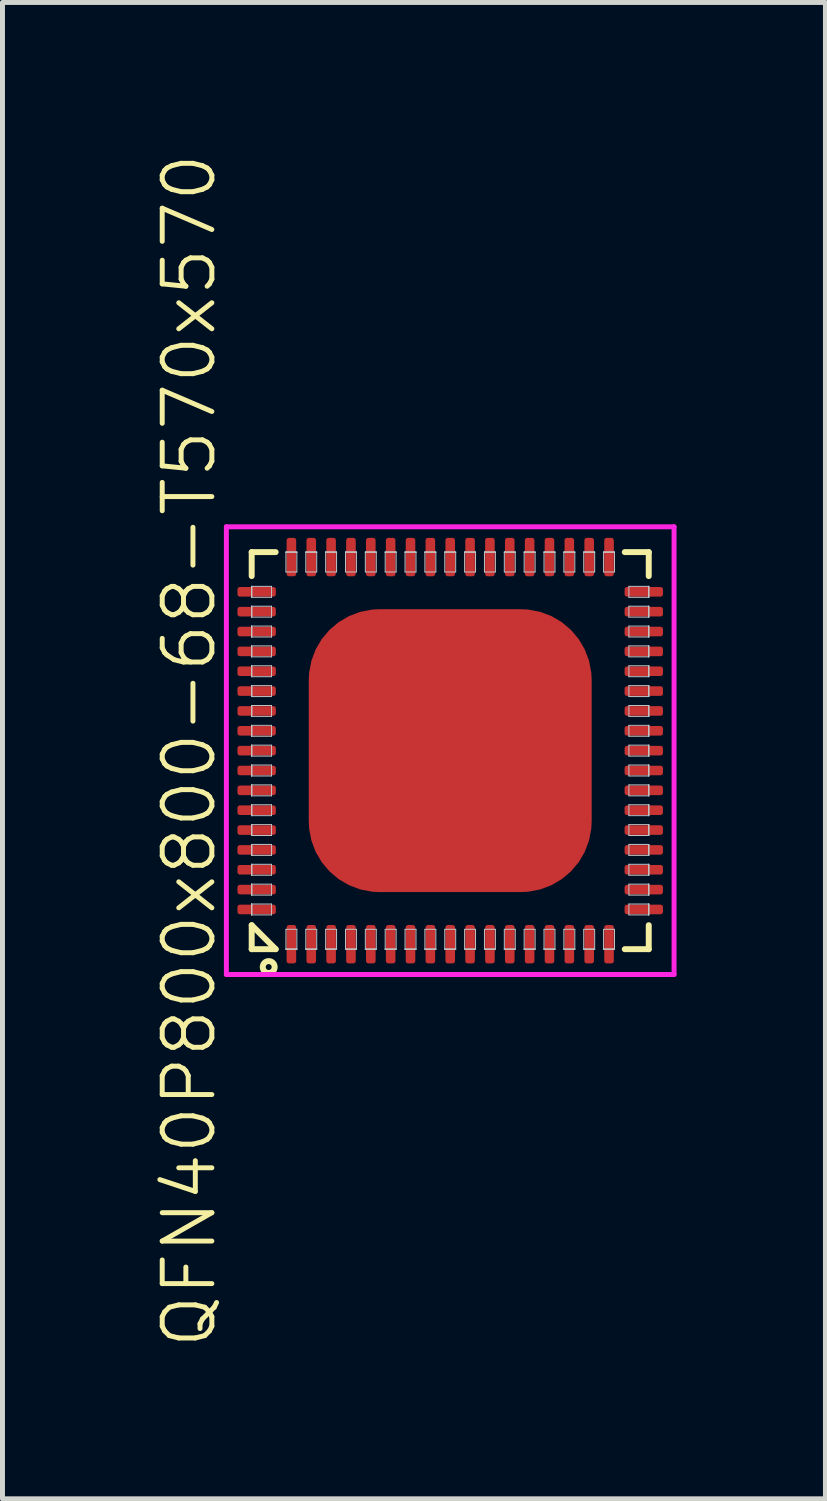
<source format=kicad_pcb>
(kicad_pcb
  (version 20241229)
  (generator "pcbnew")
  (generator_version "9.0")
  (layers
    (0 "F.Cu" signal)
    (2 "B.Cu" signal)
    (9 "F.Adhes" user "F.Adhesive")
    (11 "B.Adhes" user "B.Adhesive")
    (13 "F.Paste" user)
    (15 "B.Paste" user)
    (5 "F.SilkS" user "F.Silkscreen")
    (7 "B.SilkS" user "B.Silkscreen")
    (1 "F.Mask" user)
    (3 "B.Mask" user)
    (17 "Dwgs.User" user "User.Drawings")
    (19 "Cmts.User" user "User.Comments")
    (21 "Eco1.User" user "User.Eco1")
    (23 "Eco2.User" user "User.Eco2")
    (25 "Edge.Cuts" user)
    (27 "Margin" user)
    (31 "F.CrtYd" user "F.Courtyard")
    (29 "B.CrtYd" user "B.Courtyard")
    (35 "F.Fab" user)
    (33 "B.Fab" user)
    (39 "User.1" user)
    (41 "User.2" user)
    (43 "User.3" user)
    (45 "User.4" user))
  (footprint "QFN40P800x800-68-T570x570"
    (layer "F.Cu")
    (at 6.021 12.074)
    (property "Reference" "QFN40P800x800-68-T570x570" (at -5.26 0 90) (layer "F.SilkS") (effects (font (size 1 1) (thickness 0.1))))
    (attr through_hole)
    (fp_line (start -4 -4) (end -4 -3.517) (stroke (width 0.12) (type solid)) (layer "F.SilkS"))
    (fp_line (start -4 -4) (end -3.517 -4) (stroke (width 0.12) (type solid)) (layer "F.SilkS"))
    (fp_line (start -4 3.517) (end -3.517 4) (stroke (width 0.12) (type solid)) (layer "F.SilkS"))
    (fp_line (start -4 4) (end -4 3.517) (stroke (width 0.12) (type solid)) (layer "F.SilkS"))
    (fp_line (start -4 4) (end -3.517 4) (stroke (width 0.12) (type solid)) (layer "F.SilkS"))
    (fp_line (start 4 -4) (end 3.517 -4) (stroke (width 0.12) (type solid)) (layer "F.SilkS"))
    (fp_line (start 4 -4) (end 4 -3.517) (stroke (width 0.12) (type solid)) (layer "F.SilkS"))
    (fp_line (start 4 4) (end 3.517 4) (stroke (width 0.12) (type solid)) (layer "F.SilkS"))
    (fp_line (start 4 4) (end 4 3.517) (stroke (width 0.12) (type solid)) (layer "F.SilkS"))
    (fp_circle (center -3.657 4.36) (end -3.537 4.36) (stroke (width 0.12) (type solid)) (fill no) (layer "F.SilkS"))
    (fp_line (start -4 -3.31) (end -4 -3.31) (stroke (width 0.02) (type solid)) (layer "Dwgs.User"))
    (fp_line (start -4 -3.31) (end -4 -3.09) (stroke (width 0.02) (type solid)) (layer "Dwgs.User"))
    (fp_line (start -4 -3.31) (end -3.6 -3.31) (stroke (width 0.02) (type solid)) (layer "Dwgs.User"))
    (fp_line (start -4 -3.09) (end -4 -3.31) (stroke (width 0.02) (type solid)) (layer "Dwgs.User"))
    (fp_line (start -4 -3.09) (end -4 -3.31) (stroke (width 0.02) (type solid)) (layer "Dwgs.User"))
    (fp_line (start -4 -3.09) (end -4 -3.09) (stroke (width 0.02) (type solid)) (layer "Dwgs.User"))
    (fp_line (start -4 -2.91) (end -4 -2.91) (stroke (width 0.02) (type solid)) (layer "Dwgs.User"))
    (fp_line (start -4 -2.91) (end -4 -2.69) (stroke (width 0.02) (type solid)) (layer "Dwgs.User"))
    (fp_line (start -4 -2.91) (end -3.6 -2.91) (stroke (width 0.02) (type solid)) (layer "Dwgs.User"))
    (fp_line (start -4 -2.69) (end -4 -2.91) (stroke (width 0.02) (type solid)) (layer "Dwgs.User"))
    (fp_line (start -4 -2.69) (end -4 -2.91) (stroke (width 0.02) (type solid)) (layer "Dwgs.User"))
    (fp_line (start -4 -2.69) (end -4 -2.69) (stroke (width 0.02) (type solid)) (layer "Dwgs.User"))
    (fp_line (start -4 -2.51) (end -4 -2.51) (stroke (width 0.02) (type solid)) (layer "Dwgs.User"))
    (fp_line (start -4 -2.51) (end -4 -2.29) (stroke (width 0.02) (type solid)) (layer "Dwgs.User"))
    (fp_line (start -4 -2.51) (end -3.6 -2.51) (stroke (width 0.02) (type solid)) (layer "Dwgs.User"))
    (fp_line (start -4 -2.29) (end -4 -2.51) (stroke (width 0.02) (type solid)) (layer "Dwgs.User"))
    (fp_line (start -4 -2.29) (end -4 -2.51) (stroke (width 0.02) (type solid)) (layer "Dwgs.User"))
    (fp_line (start -4 -2.29) (end -4 -2.29) (stroke (width 0.02) (type solid)) (layer "Dwgs.User"))
    (fp_line (start -4 -2.11) (end -4 -2.11) (stroke (width 0.02) (type solid)) (layer "Dwgs.User"))
    (fp_line (start -4 -2.11) (end -4 -1.89) (stroke (width 0.02) (type solid)) (layer "Dwgs.User"))
    (fp_line (start -4 -2.11) (end -3.6 -2.11) (stroke (width 0.02) (type solid)) (layer "Dwgs.User"))
    (fp_line (start -4 -1.89) (end -4 -2.11) (stroke (width 0.02) (type solid)) (layer "Dwgs.User"))
    (fp_line (start -4 -1.89) (end -4 -2.11) (stroke (width 0.02) (type solid)) (layer "Dwgs.User"))
    (fp_line (start -4 -1.89) (end -4 -1.89) (stroke (width 0.02) (type solid)) (layer "Dwgs.User"))
    (fp_line (start -4 -1.71) (end -4 -1.71) (stroke (width 0.02) (type solid)) (layer "Dwgs.User"))
    (fp_line (start -4 -1.71) (end -4 -1.49) (stroke (width 0.02) (type solid)) (layer "Dwgs.User"))
    (fp_line (start -4 -1.71) (end -3.6 -1.71) (stroke (width 0.02) (type solid)) (layer "Dwgs.User"))
    (fp_line (start -4 -1.49) (end -4 -1.71) (stroke (width 0.02) (type solid)) (layer "Dwgs.User"))
    (fp_line (start -4 -1.49) (end -4 -1.71) (stroke (width 0.02) (type solid)) (layer "Dwgs.User"))
    (fp_line (start -4 -1.49) (end -4 -1.49) (stroke (width 0.02) (type solid)) (layer "Dwgs.User"))
    (fp_line (start -4 -1.31) (end -4 -1.31) (stroke (width 0.02) (type solid)) (layer "Dwgs.User"))
    (fp_line (start -4 -1.31) (end -4 -1.09) (stroke (width 0.02) (type solid)) (layer "Dwgs.User"))
    (fp_line (start -4 -1.31) (end -3.6 -1.31) (stroke (width 0.02) (type solid)) (layer "Dwgs.User"))
    (fp_line (start -4 -1.09) (end -4 -1.31) (stroke (width 0.02) (type solid)) (layer "Dwgs.User"))
    (fp_line (start -4 -1.09) (end -4 -1.31) (stroke (width 0.02) (type solid)) (layer "Dwgs.User"))
    (fp_line (start -4 -1.09) (end -4 -1.09) (stroke (width 0.02) (type solid)) (layer "Dwgs.User"))
    (fp_line (start -4 -0.91) (end -4 -0.91) (stroke (width 0.02) (type solid)) (layer "Dwgs.User"))
    (fp_line (start -4 -0.91) (end -4 -0.69) (stroke (width 0.02) (type solid)) (layer "Dwgs.User"))
    (fp_line (start -4 -0.91) (end -3.6 -0.91) (stroke (width 0.02) (type solid)) (layer "Dwgs.User"))
    (fp_line (start -4 -0.69) (end -4 -0.91) (stroke (width 0.02) (type solid)) (layer "Dwgs.User"))
    (fp_line (start -4 -0.69) (end -4 -0.91) (stroke (width 0.02) (type solid)) (layer "Dwgs.User"))
    (fp_line (start -4 -0.69) (end -4 -0.69) (stroke (width 0.02) (type solid)) (layer "Dwgs.User"))
    (fp_line (start -4 -0.51) (end -4 -0.51) (stroke (width 0.02) (type solid)) (layer "Dwgs.User"))
    (fp_line (start -4 -0.51) (end -4 -0.29) (stroke (width 0.02) (type solid)) (layer "Dwgs.User"))
    (fp_line (start -4 -0.51) (end -3.6 -0.51) (stroke (width 0.02) (type solid)) (layer "Dwgs.User"))
    (fp_line (start -4 -0.29) (end -4 -0.51) (stroke (width 0.02) (type solid)) (layer "Dwgs.User"))
    (fp_line (start -4 -0.29) (end -4 -0.51) (stroke (width 0.02) (type solid)) (layer "Dwgs.User"))
    (fp_line (start -4 -0.29) (end -4 -0.29) (stroke (width 0.02) (type solid)) (layer "Dwgs.User"))
    (fp_line (start -4 -0.11) (end -4 -0.11) (stroke (width 0.02) (type solid)) (layer "Dwgs.User"))
    (fp_line (start -4 -0.11) (end -4 0.11) (stroke (width 0.02) (type solid)) (layer "Dwgs.User"))
    (fp_line (start -4 -0.11) (end -3.6 -0.11) (stroke (width 0.02) (type solid)) (layer "Dwgs.User"))
    (fp_line (start -4 0.11) (end -4 -0.11) (stroke (width 0.02) (type solid)) (layer "Dwgs.User"))
    (fp_line (start -4 0.11) (end -4 -0.11) (stroke (width 0.02) (type solid)) (layer "Dwgs.User"))
    (fp_line (start -4 0.11) (end -4 0.11) (stroke (width 0.02) (type solid)) (layer "Dwgs.User"))
    (fp_line (start -4 0.29) (end -4 0.29) (stroke (width 0.02) (type solid)) (layer "Dwgs.User"))
    (fp_line (start -4 0.29) (end -4 0.51) (stroke (width 0.02) (type solid)) (layer "Dwgs.User"))
    (fp_line (start -4 0.29) (end -3.6 0.29) (stroke (width 0.02) (type solid)) (layer "Dwgs.User"))
    (fp_line (start -4 0.51) (end -4 0.29) (stroke (width 0.02) (type solid)) (layer "Dwgs.User"))
    (fp_line (start -4 0.51) (end -4 0.29) (stroke (width 0.02) (type solid)) (layer "Dwgs.User"))
    (fp_line (start -4 0.51) (end -4 0.51) (stroke (width 0.02) (type solid)) (layer "Dwgs.User"))
    (fp_line (start -4 0.69) (end -4 0.69) (stroke (width 0.02) (type solid)) (layer "Dwgs.User"))
    (fp_line (start -4 0.69) (end -4 0.91) (stroke (width 0.02) (type solid)) (layer "Dwgs.User"))
    (fp_line (start -4 0.69) (end -3.6 0.69) (stroke (width 0.02) (type solid)) (layer "Dwgs.User"))
    (fp_line (start -4 0.91) (end -4 0.69) (stroke (width 0.02) (type solid)) (layer "Dwgs.User"))
    (fp_line (start -4 0.91) (end -4 0.69) (stroke (width 0.02) (type solid)) (layer "Dwgs.User"))
    (fp_line (start -4 0.91) (end -4 0.91) (stroke (width 0.02) (type solid)) (layer "Dwgs.User"))
    (fp_line (start -4 1.09) (end -4 1.09) (stroke (width 0.02) (type solid)) (layer "Dwgs.User"))
    (fp_line (start -4 1.09) (end -4 1.31) (stroke (width 0.02) (type solid)) (layer "Dwgs.User"))
    (fp_line (start -4 1.09) (end -3.6 1.09) (stroke (width 0.02) (type solid)) (layer "Dwgs.User"))
    (fp_line (start -4 1.31) (end -4 1.09) (stroke (width 0.02) (type solid)) (layer "Dwgs.User"))
    (fp_line (start -4 1.31) (end -4 1.09) (stroke (width 0.02) (type solid)) (layer "Dwgs.User"))
    (fp_line (start -4 1.31) (end -4 1.31) (stroke (width 0.02) (type solid)) (layer "Dwgs.User"))
    (fp_line (start -4 1.49) (end -4 1.49) (stroke (width 0.02) (type solid)) (layer "Dwgs.User"))
    (fp_line (start -4 1.49) (end -4 1.71) (stroke (width 0.02) (type solid)) (layer "Dwgs.User"))
    (fp_line (start -4 1.49) (end -3.6 1.49) (stroke (width 0.02) (type solid)) (layer "Dwgs.User"))
    (fp_line (start -4 1.71) (end -4 1.49) (stroke (width 0.02) (type solid)) (layer "Dwgs.User"))
    (fp_line (start -4 1.71) (end -4 1.49) (stroke (width 0.02) (type solid)) (layer "Dwgs.User"))
    (fp_line (start -4 1.71) (end -4 1.71) (stroke (width 0.02) (type solid)) (layer "Dwgs.User"))
    (fp_line (start -4 1.89) (end -4 1.89) (stroke (width 0.02) (type solid)) (layer "Dwgs.User"))
    (fp_line (start -4 1.89) (end -4 2.11) (stroke (width 0.02) (type solid)) (layer "Dwgs.User"))
    (fp_line (start -4 1.89) (end -3.6 1.89) (stroke (width 0.02) (type solid)) (layer "Dwgs.User"))
    (fp_line (start -4 2.11) (end -4 1.89) (stroke (width 0.02) (type solid)) (layer "Dwgs.User"))
    (fp_line (start -4 2.11) (end -4 1.89) (stroke (width 0.02) (type solid)) (layer "Dwgs.User"))
    (fp_line (start -4 2.11) (end -4 2.11) (stroke (width 0.02) (type solid)) (layer "Dwgs.User"))
    (fp_line (start -4 2.29) (end -4 2.29) (stroke (width 0.02) (type solid)) (layer "Dwgs.User"))
    (fp_line (start -4 2.29) (end -4 2.51) (stroke (width 0.02) (type solid)) (layer "Dwgs.User"))
    (fp_line (start -4 2.29) (end -3.6 2.29) (stroke (width 0.02) (type solid)) (layer "Dwgs.User"))
    (fp_line (start -4 2.51) (end -4 2.29) (stroke (width 0.02) (type solid)) (layer "Dwgs.User"))
    (fp_line (start -4 2.51) (end -4 2.29) (stroke (width 0.02) (type solid)) (layer "Dwgs.User"))
    (fp_line (start -4 2.51) (end -4 2.51) (stroke (width 0.02) (type solid)) (layer "Dwgs.User"))
    (fp_line (start -4 2.69) (end -4 2.69) (stroke (width 0.02) (type solid)) (layer "Dwgs.User"))
    (fp_line (start -4 2.69) (end -4 2.91) (stroke (width 0.02) (type solid)) (layer "Dwgs.User"))
    (fp_line (start -4 2.69) (end -3.6 2.69) (stroke (width 0.02) (type solid)) (layer "Dwgs.User"))
    (fp_line (start -4 2.91) (end -4 2.69) (stroke (width 0.02) (type solid)) (layer "Dwgs.User"))
    (fp_line (start -4 2.91) (end -4 2.69) (stroke (width 0.02) (type solid)) (layer "Dwgs.User"))
    (fp_line (start -4 2.91) (end -4 2.91) (stroke (width 0.02) (type solid)) (layer "Dwgs.User"))
    (fp_line (start -4 3.09) (end -4 3.09) (stroke (width 0.02) (type solid)) (layer "Dwgs.User"))
    (fp_line (start -4 3.09) (end -4 3.31) (stroke (width 0.02) (type solid)) (layer "Dwgs.User"))
    (fp_line (start -4 3.09) (end -3.6 3.09) (stroke (width 0.02) (type solid)) (layer "Dwgs.User"))
    (fp_line (start -4 3.31) (end -4 3.09) (stroke (width 0.02) (type solid)) (layer "Dwgs.User"))
    (fp_line (start -4 3.31) (end -4 3.09) (stroke (width 0.02) (type solid)) (layer "Dwgs.User"))
    (fp_line (start -4 3.31) (end -4 3.31) (stroke (width 0.02) (type solid)) (layer "Dwgs.User"))
    (fp_line (start -3.6 -3.31) (end -3.6 -3.09) (stroke (width 0.02) (type solid)) (layer "Dwgs.User"))
    (fp_line (start -3.6 -3.09) (end -4 -3.09) (stroke (width 0.02) (type solid)) (layer "Dwgs.User"))
    (fp_line (start -3.6 -2.91) (end -3.6 -2.69) (stroke (width 0.02) (type solid)) (layer "Dwgs.User"))
    (fp_line (start -3.6 -2.69) (end -4 -2.69) (stroke (width 0.02) (type solid)) (layer "Dwgs.User"))
    (fp_line (start -3.6 -2.51) (end -3.6 -2.29) (stroke (width 0.02) (type solid)) (layer "Dwgs.User"))
    (fp_line (start -3.6 -2.29) (end -4 -2.29) (stroke (width 0.02) (type solid)) (layer "Dwgs.User"))
    (fp_line (start -3.6 -2.11) (end -3.6 -1.89) (stroke (width 0.02) (type solid)) (layer "Dwgs.User"))
    (fp_line (start -3.6 -1.89) (end -4 -1.89) (stroke (width 0.02) (type solid)) (layer "Dwgs.User"))
    (fp_line (start -3.6 -1.71) (end -3.6 -1.49) (stroke (width 0.02) (type solid)) (layer "Dwgs.User"))
    (fp_line (start -3.6 -1.49) (end -4 -1.49) (stroke (width 0.02) (type solid)) (layer "Dwgs.User"))
    (fp_line (start -3.6 -1.31) (end -3.6 -1.09) (stroke (width 0.02) (type solid)) (layer "Dwgs.User"))
    (fp_line (start -3.6 -1.09) (end -4 -1.09) (stroke (width 0.02) (type solid)) (layer "Dwgs.User"))
    (fp_line (start -3.6 -0.91) (end -3.6 -0.69) (stroke (width 0.02) (type solid)) (layer "Dwgs.User"))
    (fp_line (start -3.6 -0.69) (end -4 -0.69) (stroke (width 0.02) (type solid)) (layer "Dwgs.User"))
    (fp_line (start -3.6 -0.51) (end -3.6 -0.29) (stroke (width 0.02) (type solid)) (layer "Dwgs.User"))
    (fp_line (start -3.6 -0.29) (end -4 -0.29) (stroke (width 0.02) (type solid)) (layer "Dwgs.User"))
    (fp_line (start -3.6 -0.11) (end -3.6 0.11) (stroke (width 0.02) (type solid)) (layer "Dwgs.User"))
    (fp_line (start -3.6 0.11) (end -4 0.11) (stroke (width 0.02) (type solid)) (layer "Dwgs.User"))
    (fp_line (start -3.6 0.29) (end -3.6 0.51) (stroke (width 0.02) (type solid)) (layer "Dwgs.User"))
    (fp_line (start -3.6 0.51) (end -4 0.51) (stroke (width 0.02) (type solid)) (layer "Dwgs.User"))
    (fp_line (start -3.6 0.69) (end -3.6 0.91) (stroke (width 0.02) (type solid)) (layer "Dwgs.User"))
    (fp_line (start -3.6 0.91) (end -4 0.91) (stroke (width 0.02) (type solid)) (layer "Dwgs.User"))
    (fp_line (start -3.6 1.09) (end -3.6 1.31) (stroke (width 0.02) (type solid)) (layer "Dwgs.User"))
    (fp_line (start -3.6 1.31) (end -4 1.31) (stroke (width 0.02) (type solid)) (layer "Dwgs.User"))
    (fp_line (start -3.6 1.49) (end -3.6 1.71) (stroke (width 0.02) (type solid)) (layer "Dwgs.User"))
    (fp_line (start -3.6 1.71) (end -4 1.71) (stroke (width 0.02) (type solid)) (layer "Dwgs.User"))
    (fp_line (start -3.6 1.89) (end -3.6 2.11) (stroke (width 0.02) (type solid)) (layer "Dwgs.User"))
    (fp_line (start -3.6 2.11) (end -4 2.11) (stroke (width 0.02) (type solid)) (layer "Dwgs.User"))
    (fp_line (start -3.6 2.29) (end -3.6 2.51) (stroke (width 0.02) (type solid)) (layer "Dwgs.User"))
    (fp_line (start -3.6 2.51) (end -4 2.51) (stroke (width 0.02) (type solid)) (layer "Dwgs.User"))
    (fp_line (start -3.6 2.69) (end -3.6 2.91) (stroke (width 0.02) (type solid)) (layer "Dwgs.User"))
    (fp_line (start -3.6 2.91) (end -4 2.91) (stroke (width 0.02) (type solid)) (layer "Dwgs.User"))
    (fp_line (start -3.6 3.09) (end -3.6 3.31) (stroke (width 0.02) (type solid)) (layer "Dwgs.User"))
    (fp_line (start -3.6 3.31) (end -4 3.31) (stroke (width 0.02) (type solid)) (layer "Dwgs.User"))
    (fp_line (start -3.31 -4) (end -3.31 -4) (stroke (width 0.02) (type solid)) (layer "Dwgs.User"))
    (fp_line (start -3.31 -4) (end -3.09 -4) (stroke (width 0.02) (type solid)) (layer "Dwgs.User"))
    (fp_line (start -3.31 -4) (end -3.09 -4) (stroke (width 0.02) (type solid)) (layer "Dwgs.User"))
    (fp_line (start -3.31 -3.6) (end -3.31 -4) (stroke (width 0.02) (type solid)) (layer "Dwgs.User"))
    (fp_line (start -3.31 3.6) (end -3.31 4) (stroke (width 0.02) (type solid)) (layer "Dwgs.User"))
    (fp_line (start -3.31 4) (end -3.31 4) (stroke (width 0.02) (type solid)) (layer "Dwgs.User"))
    (fp_line (start -3.31 4) (end -3.09 4) (stroke (width 0.02) (type solid)) (layer "Dwgs.User"))
    (fp_line (start -3.31 4) (end -3.09 4) (stroke (width 0.02) (type solid)) (layer "Dwgs.User"))
    (fp_line (start -3.09 -4) (end -3.31 -4) (stroke (width 0.02) (type solid)) (layer "Dwgs.User"))
    (fp_line (start -3.09 -4) (end -3.09 -4) (stroke (width 0.02) (type solid)) (layer "Dwgs.User"))
    (fp_line (start -3.09 -4) (end -3.09 -3.6) (stroke (width 0.02) (type solid)) (layer "Dwgs.User"))
    (fp_line (start -3.09 -3.6) (end -3.31 -3.6) (stroke (width 0.02) (type solid)) (layer "Dwgs.User"))
    (fp_line (start -3.09 3.6) (end -3.31 3.6) (stroke (width 0.02) (type solid)) (layer "Dwgs.User"))
    (fp_line (start -3.09 4) (end -3.31 4) (stroke (width 0.02) (type solid)) (layer "Dwgs.User"))
    (fp_line (start -3.09 4) (end -3.09 3.6) (stroke (width 0.02) (type solid)) (layer "Dwgs.User"))
    (fp_line (start -3.09 4) (end -3.09 4) (stroke (width 0.02) (type solid)) (layer "Dwgs.User"))
    (fp_line (start -2.91 -4) (end -2.91 -4) (stroke (width 0.02) (type solid)) (layer "Dwgs.User"))
    (fp_line (start -2.91 -4) (end -2.69 -4) (stroke (width 0.02) (type solid)) (layer "Dwgs.User"))
    (fp_line (start -2.91 -4) (end -2.69 -4) (stroke (width 0.02) (type solid)) (layer "Dwgs.User"))
    (fp_line (start -2.91 -3.6) (end -2.91 -4) (stroke (width 0.02) (type solid)) (layer "Dwgs.User"))
    (fp_line (start -2.91 3.6) (end -2.91 4) (stroke (width 0.02) (type solid)) (layer "Dwgs.User"))
    (fp_line (start -2.91 4) (end -2.91 4) (stroke (width 0.02) (type solid)) (layer "Dwgs.User"))
    (fp_line (start -2.91 4) (end -2.69 4) (stroke (width 0.02) (type solid)) (layer "Dwgs.User"))
    (fp_line (start -2.91 4) (end -2.69 4) (stroke (width 0.02) (type solid)) (layer "Dwgs.User"))
    (fp_line (start -2.69 -4) (end -2.91 -4) (stroke (width 0.02) (type solid)) (layer "Dwgs.User"))
    (fp_line (start -2.69 -4) (end -2.69 -4) (stroke (width 0.02) (type solid)) (layer "Dwgs.User"))
    (fp_line (start -2.69 -4) (end -2.69 -3.6) (stroke (width 0.02) (type solid)) (layer "Dwgs.User"))
    (fp_line (start -2.69 -3.6) (end -2.91 -3.6) (stroke (width 0.02) (type solid)) (layer "Dwgs.User"))
    (fp_line (start -2.69 3.6) (end -2.91 3.6) (stroke (width 0.02) (type solid)) (layer "Dwgs.User"))
    (fp_line (start -2.69 4) (end -2.91 4) (stroke (width 0.02) (type solid)) (layer "Dwgs.User"))
    (fp_line (start -2.69 4) (end -2.69 3.6) (stroke (width 0.02) (type solid)) (layer "Dwgs.User"))
    (fp_line (start -2.69 4) (end -2.69 4) (stroke (width 0.02) (type solid)) (layer "Dwgs.User"))
    (fp_line (start -2.51 -4) (end -2.51 -4) (stroke (width 0.02) (type solid)) (layer "Dwgs.User"))
    (fp_line (start -2.51 -4) (end -2.29 -4) (stroke (width 0.02) (type solid)) (layer "Dwgs.User"))
    (fp_line (start -2.51 -4) (end -2.29 -4) (stroke (width 0.02) (type solid)) (layer "Dwgs.User"))
    (fp_line (start -2.51 -3.6) (end -2.51 -4) (stroke (width 0.02) (type solid)) (layer "Dwgs.User"))
    (fp_line (start -2.51 3.6) (end -2.51 4) (stroke (width 0.02) (type solid)) (layer "Dwgs.User"))
    (fp_line (start -2.51 4) (end -2.51 4) (stroke (width 0.02) (type solid)) (layer "Dwgs.User"))
    (fp_line (start -2.51 4) (end -2.29 4) (stroke (width 0.02) (type solid)) (layer "Dwgs.User"))
    (fp_line (start -2.51 4) (end -2.29 4) (stroke (width 0.02) (type solid)) (layer "Dwgs.User"))
    (fp_line (start -2.29 -4) (end -2.51 -4) (stroke (width 0.02) (type solid)) (layer "Dwgs.User"))
    (fp_line (start -2.29 -4) (end -2.29 -4) (stroke (width 0.02) (type solid)) (layer "Dwgs.User"))
    (fp_line (start -2.29 -4) (end -2.29 -3.6) (stroke (width 0.02) (type solid)) (layer "Dwgs.User"))
    (fp_line (start -2.29 -3.6) (end -2.51 -3.6) (stroke (width 0.02) (type solid)) (layer "Dwgs.User"))
    (fp_line (start -2.29 3.6) (end -2.51 3.6) (stroke (width 0.02) (type solid)) (layer "Dwgs.User"))
    (fp_line (start -2.29 4) (end -2.51 4) (stroke (width 0.02) (type solid)) (layer "Dwgs.User"))
    (fp_line (start -2.29 4) (end -2.29 3.6) (stroke (width 0.02) (type solid)) (layer "Dwgs.User"))
    (fp_line (start -2.29 4) (end -2.29 4) (stroke (width 0.02) (type solid)) (layer "Dwgs.User"))
    (fp_line (start -2.11 -4) (end -2.11 -4) (stroke (width 0.02) (type solid)) (layer "Dwgs.User"))
    (fp_line (start -2.11 -4) (end -1.89 -4) (stroke (width 0.02) (type solid)) (layer "Dwgs.User"))
    (fp_line (start -2.11 -4) (end -1.89 -4) (stroke (width 0.02) (type solid)) (layer "Dwgs.User"))
    (fp_line (start -2.11 -3.6) (end -2.11 -4) (stroke (width 0.02) (type solid)) (layer "Dwgs.User"))
    (fp_line (start -2.11 3.6) (end -2.11 4) (stroke (width 0.02) (type solid)) (layer "Dwgs.User"))
    (fp_line (start -2.11 4) (end -2.11 4) (stroke (width 0.02) (type solid)) (layer "Dwgs.User"))
    (fp_line (start -2.11 4) (end -1.89 4) (stroke (width 0.02) (type solid)) (layer "Dwgs.User"))
    (fp_line (start -2.11 4) (end -1.89 4) (stroke (width 0.02) (type solid)) (layer "Dwgs.User"))
    (fp_line (start -1.89 -4) (end -2.11 -4) (stroke (width 0.02) (type solid)) (layer "Dwgs.User"))
    (fp_line (start -1.89 -4) (end -1.89 -4) (stroke (width 0.02) (type solid)) (layer "Dwgs.User"))
    (fp_line (start -1.89 -4) (end -1.89 -3.6) (stroke (width 0.02) (type solid)) (layer "Dwgs.User"))
    (fp_line (start -1.89 -3.6) (end -2.11 -3.6) (stroke (width 0.02) (type solid)) (layer "Dwgs.User"))
    (fp_line (start -1.89 3.6) (end -2.11 3.6) (stroke (width 0.02) (type solid)) (layer "Dwgs.User"))
    (fp_line (start -1.89 4) (end -2.11 4) (stroke (width 0.02) (type solid)) (layer "Dwgs.User"))
    (fp_line (start -1.89 4) (end -1.89 3.6) (stroke (width 0.02) (type solid)) (layer "Dwgs.User"))
    (fp_line (start -1.89 4) (end -1.89 4) (stroke (width 0.02) (type solid)) (layer "Dwgs.User"))
    (fp_line (start -1.71 -4) (end -1.71 -4) (stroke (width 0.02) (type solid)) (layer "Dwgs.User"))
    (fp_line (start -1.71 -4) (end -1.49 -4) (stroke (width 0.02) (type solid)) (layer "Dwgs.User"))
    (fp_line (start -1.71 -4) (end -1.49 -4) (stroke (width 0.02) (type solid)) (layer "Dwgs.User"))
    (fp_line (start -1.71 -3.6) (end -1.71 -4) (stroke (width 0.02) (type solid)) (layer "Dwgs.User"))
    (fp_line (start -1.71 3.6) (end -1.71 4) (stroke (width 0.02) (type solid)) (layer "Dwgs.User"))
    (fp_line (start -1.71 4) (end -1.71 4) (stroke (width 0.02) (type solid)) (layer "Dwgs.User"))
    (fp_line (start -1.71 4) (end -1.49 4) (stroke (width 0.02) (type solid)) (layer "Dwgs.User"))
    (fp_line (start -1.71 4) (end -1.49 4) (stroke (width 0.02) (type solid)) (layer "Dwgs.User"))
    (fp_line (start -1.49 -4) (end -1.71 -4) (stroke (width 0.02) (type solid)) (layer "Dwgs.User"))
    (fp_line (start -1.49 -4) (end -1.49 -4) (stroke (width 0.02) (type solid)) (layer "Dwgs.User"))
    (fp_line (start -1.49 -4) (end -1.49 -3.6) (stroke (width 0.02) (type solid)) (layer "Dwgs.User"))
    (fp_line (start -1.49 -3.6) (end -1.71 -3.6) (stroke (width 0.02) (type solid)) (layer "Dwgs.User"))
    (fp_line (start -1.49 3.6) (end -1.71 3.6) (stroke (width 0.02) (type solid)) (layer "Dwgs.User"))
    (fp_line (start -1.49 4) (end -1.71 4) (stroke (width 0.02) (type solid)) (layer "Dwgs.User"))
    (fp_line (start -1.49 4) (end -1.49 3.6) (stroke (width 0.02) (type solid)) (layer "Dwgs.User"))
    (fp_line (start -1.49 4) (end -1.49 4) (stroke (width 0.02) (type solid)) (layer "Dwgs.User"))
    (fp_line (start -1.31 -4) (end -1.31 -4) (stroke (width 0.02) (type solid)) (layer "Dwgs.User"))
    (fp_line (start -1.31 -4) (end -1.09 -4) (stroke (width 0.02) (type solid)) (layer "Dwgs.User"))
    (fp_line (start -1.31 -4) (end -1.09 -4) (stroke (width 0.02) (type solid)) (layer "Dwgs.User"))
    (fp_line (start -1.31 -3.6) (end -1.31 -4) (stroke (width 0.02) (type solid)) (layer "Dwgs.User"))
    (fp_line (start -1.31 3.6) (end -1.31 4) (stroke (width 0.02) (type solid)) (layer "Dwgs.User"))
    (fp_line (start -1.31 4) (end -1.31 4) (stroke (width 0.02) (type solid)) (layer "Dwgs.User"))
    (fp_line (start -1.31 4) (end -1.09 4) (stroke (width 0.02) (type solid)) (layer "Dwgs.User"))
    (fp_line (start -1.31 4) (end -1.09 4) (stroke (width 0.02) (type solid)) (layer "Dwgs.User"))
    (fp_line (start -1.09 -4) (end -1.31 -4) (stroke (width 0.02) (type solid)) (layer "Dwgs.User"))
    (fp_line (start -1.09 -4) (end -1.09 -4) (stroke (width 0.02) (type solid)) (layer "Dwgs.User"))
    (fp_line (start -1.09 -4) (end -1.09 -3.6) (stroke (width 0.02) (type solid)) (layer "Dwgs.User"))
    (fp_line (start -1.09 -3.6) (end -1.31 -3.6) (stroke (width 0.02) (type solid)) (layer "Dwgs.User"))
    (fp_line (start -1.09 3.6) (end -1.31 3.6) (stroke (width 0.02) (type solid)) (layer "Dwgs.User"))
    (fp_line (start -1.09 4) (end -1.31 4) (stroke (width 0.02) (type solid)) (layer "Dwgs.User"))
    (fp_line (start -1.09 4) (end -1.09 3.6) (stroke (width 0.02) (type solid)) (layer "Dwgs.User"))
    (fp_line (start -1.09 4) (end -1.09 4) (stroke (width 0.02) (type solid)) (layer "Dwgs.User"))
    (fp_line (start -0.91 -4) (end -0.91 -4) (stroke (width 0.02) (type solid)) (layer "Dwgs.User"))
    (fp_line (start -0.91 -4) (end -0.69 -4) (stroke (width 0.02) (type solid)) (layer "Dwgs.User"))
    (fp_line (start -0.91 -4) (end -0.69 -4) (stroke (width 0.02) (type solid)) (layer "Dwgs.User"))
    (fp_line (start -0.91 -3.6) (end -0.91 -4) (stroke (width 0.02) (type solid)) (layer "Dwgs.User"))
    (fp_line (start -0.91 3.6) (end -0.91 4) (stroke (width 0.02) (type solid)) (layer "Dwgs.User"))
    (fp_line (start -0.91 4) (end -0.91 4) (stroke (width 0.02) (type solid)) (layer "Dwgs.User"))
    (fp_line (start -0.91 4) (end -0.69 4) (stroke (width 0.02) (type solid)) (layer "Dwgs.User"))
    (fp_line (start -0.91 4) (end -0.69 4) (stroke (width 0.02) (type solid)) (layer "Dwgs.User"))
    (fp_line (start -0.69 -4) (end -0.91 -4) (stroke (width 0.02) (type solid)) (layer "Dwgs.User"))
    (fp_line (start -0.69 -4) (end -0.69 -4) (stroke (width 0.02) (type solid)) (layer "Dwgs.User"))
    (fp_line (start -0.69 -4) (end -0.69 -3.6) (stroke (width 0.02) (type solid)) (layer "Dwgs.User"))
    (fp_line (start -0.69 -3.6) (end -0.91 -3.6) (stroke (width 0.02) (type solid)) (layer "Dwgs.User"))
    (fp_line (start -0.69 3.6) (end -0.91 3.6) (stroke (width 0.02) (type solid)) (layer "Dwgs.User"))
    (fp_line (start -0.69 4) (end -0.91 4) (stroke (width 0.02) (type solid)) (layer "Dwgs.User"))
    (fp_line (start -0.69 4) (end -0.69 3.6) (stroke (width 0.02) (type solid)) (layer "Dwgs.User"))
    (fp_line (start -0.69 4) (end -0.69 4) (stroke (width 0.02) (type solid)) (layer "Dwgs.User"))
    (fp_line (start -0.51 -4) (end -0.51 -4) (stroke (width 0.02) (type solid)) (layer "Dwgs.User"))
    (fp_line (start -0.51 -4) (end -0.29 -4) (stroke (width 0.02) (type solid)) (layer "Dwgs.User"))
    (fp_line (start -0.51 -4) (end -0.29 -4) (stroke (width 0.02) (type solid)) (layer "Dwgs.User"))
    (fp_line (start -0.51 -3.6) (end -0.51 -4) (stroke (width 0.02) (type solid)) (layer "Dwgs.User"))
    (fp_line (start -0.51 3.6) (end -0.51 4) (stroke (width 0.02) (type solid)) (layer "Dwgs.User"))
    (fp_line (start -0.51 4) (end -0.51 4) (stroke (width 0.02) (type solid)) (layer "Dwgs.User"))
    (fp_line (start -0.51 4) (end -0.29 4) (stroke (width 0.02) (type solid)) (layer "Dwgs.User"))
    (fp_line (start -0.51 4) (end -0.29 4) (stroke (width 0.02) (type solid)) (layer "Dwgs.User"))
    (fp_line (start -0.29 -4) (end -0.51 -4) (stroke (width 0.02) (type solid)) (layer "Dwgs.User"))
    (fp_line (start -0.29 -4) (end -0.29 -4) (stroke (width 0.02) (type solid)) (layer "Dwgs.User"))
    (fp_line (start -0.29 -4) (end -0.29 -3.6) (stroke (width 0.02) (type solid)) (layer "Dwgs.User"))
    (fp_line (start -0.29 -3.6) (end -0.51 -3.6) (stroke (width 0.02) (type solid)) (layer "Dwgs.User"))
    (fp_line (start -0.29 3.6) (end -0.51 3.6) (stroke (width 0.02) (type solid)) (layer "Dwgs.User"))
    (fp_line (start -0.29 4) (end -0.51 4) (stroke (width 0.02) (type solid)) (layer "Dwgs.User"))
    (fp_line (start -0.29 4) (end -0.29 3.6) (stroke (width 0.02) (type solid)) (layer "Dwgs.User"))
    (fp_line (start -0.29 4) (end -0.29 4) (stroke (width 0.02) (type solid)) (layer "Dwgs.User"))
    (fp_line (start -0.11 -4) (end -0.11 -4) (stroke (width 0.02) (type solid)) (layer "Dwgs.User"))
    (fp_line (start -0.11 -4) (end 0.11 -4) (stroke (width 0.02) (type solid)) (layer "Dwgs.User"))
    (fp_line (start -0.11 -4) (end 0.11 -4) (stroke (width 0.02) (type solid)) (layer "Dwgs.User"))
    (fp_line (start -0.11 -3.6) (end -0.11 -4) (stroke (width 0.02) (type solid)) (layer "Dwgs.User"))
    (fp_line (start -0.11 3.6) (end -0.11 4) (stroke (width 0.02) (type solid)) (layer "Dwgs.User"))
    (fp_line (start -0.11 4) (end -0.11 4) (stroke (width 0.02) (type solid)) (layer "Dwgs.User"))
    (fp_line (start -0.11 4) (end 0.11 4) (stroke (width 0.02) (type solid)) (layer "Dwgs.User"))
    (fp_line (start -0.11 4) (end 0.11 4) (stroke (width 0.02) (type solid)) (layer "Dwgs.User"))
    (fp_line (start 0.11 -4) (end -0.11 -4) (stroke (width 0.02) (type solid)) (layer "Dwgs.User"))
    (fp_line (start 0.11 -4) (end 0.11 -4) (stroke (width 0.02) (type solid)) (layer "Dwgs.User"))
    (fp_line (start 0.11 -4) (end 0.11 -3.6) (stroke (width 0.02) (type solid)) (layer "Dwgs.User"))
    (fp_line (start 0.11 -3.6) (end -0.11 -3.6) (stroke (width 0.02) (type solid)) (layer "Dwgs.User"))
    (fp_line (start 0.11 3.6) (end -0.11 3.6) (stroke (width 0.02) (type solid)) (layer "Dwgs.User"))
    (fp_line (start 0.11 4) (end -0.11 4) (stroke (width 0.02) (type solid)) (layer "Dwgs.User"))
    (fp_line (start 0.11 4) (end 0.11 3.6) (stroke (width 0.02) (type solid)) (layer "Dwgs.User"))
    (fp_line (start 0.11 4) (end 0.11 4) (stroke (width 0.02) (type solid)) (layer "Dwgs.User"))
    (fp_line (start 0.29 -4) (end 0.29 -4) (stroke (width 0.02) (type solid)) (layer "Dwgs.User"))
    (fp_line (start 0.29 -4) (end 0.51 -4) (stroke (width 0.02) (type solid)) (layer "Dwgs.User"))
    (fp_line (start 0.29 -4) (end 0.51 -4) (stroke (width 0.02) (type solid)) (layer "Dwgs.User"))
    (fp_line (start 0.29 -3.6) (end 0.29 -4) (stroke (width 0.02) (type solid)) (layer "Dwgs.User"))
    (fp_line (start 0.29 3.6) (end 0.29 4) (stroke (width 0.02) (type solid)) (layer "Dwgs.User"))
    (fp_line (start 0.29 4) (end 0.29 4) (stroke (width 0.02) (type solid)) (layer "Dwgs.User"))
    (fp_line (start 0.29 4) (end 0.51 4) (stroke (width 0.02) (type solid)) (layer "Dwgs.User"))
    (fp_line (start 0.29 4) (end 0.51 4) (stroke (width 0.02) (type solid)) (layer "Dwgs.User"))
    (fp_line (start 0.51 -4) (end 0.29 -4) (stroke (width 0.02) (type solid)) (layer "Dwgs.User"))
    (fp_line (start 0.51 -4) (end 0.51 -4) (stroke (width 0.02) (type solid)) (layer "Dwgs.User"))
    (fp_line (start 0.51 -4) (end 0.51 -3.6) (stroke (width 0.02) (type solid)) (layer "Dwgs.User"))
    (fp_line (start 0.51 -3.6) (end 0.29 -3.6) (stroke (width 0.02) (type solid)) (layer "Dwgs.User"))
    (fp_line (start 0.51 3.6) (end 0.29 3.6) (stroke (width 0.02) (type solid)) (layer "Dwgs.User"))
    (fp_line (start 0.51 4) (end 0.29 4) (stroke (width 0.02) (type solid)) (layer "Dwgs.User"))
    (fp_line (start 0.51 4) (end 0.51 3.6) (stroke (width 0.02) (type solid)) (layer "Dwgs.User"))
    (fp_line (start 0.51 4) (end 0.51 4) (stroke (width 0.02) (type solid)) (layer "Dwgs.User"))
    (fp_line (start 0.69 -4) (end 0.69 -4) (stroke (width 0.02) (type solid)) (layer "Dwgs.User"))
    (fp_line (start 0.69 -4) (end 0.91 -4) (stroke (width 0.02) (type solid)) (layer "Dwgs.User"))
    (fp_line (start 0.69 -4) (end 0.91 -4) (stroke (width 0.02) (type solid)) (layer "Dwgs.User"))
    (fp_line (start 0.69 -3.6) (end 0.69 -4) (stroke (width 0.02) (type solid)) (layer "Dwgs.User"))
    (fp_line (start 0.69 3.6) (end 0.69 4) (stroke (width 0.02) (type solid)) (layer "Dwgs.User"))
    (fp_line (start 0.69 4) (end 0.69 4) (stroke (width 0.02) (type solid)) (layer "Dwgs.User"))
    (fp_line (start 0.69 4) (end 0.91 4) (stroke (width 0.02) (type solid)) (layer "Dwgs.User"))
    (fp_line (start 0.69 4) (end 0.91 4) (stroke (width 0.02) (type solid)) (layer "Dwgs.User"))
    (fp_line (start 0.91 -4) (end 0.69 -4) (stroke (width 0.02) (type solid)) (layer "Dwgs.User"))
    (fp_line (start 0.91 -4) (end 0.91 -4) (stroke (width 0.02) (type solid)) (layer "Dwgs.User"))
    (fp_line (start 0.91 -4) (end 0.91 -3.6) (stroke (width 0.02) (type solid)) (layer "Dwgs.User"))
    (fp_line (start 0.91 -3.6) (end 0.69 -3.6) (stroke (width 0.02) (type solid)) (layer "Dwgs.User"))
    (fp_line (start 0.91 3.6) (end 0.69 3.6) (stroke (width 0.02) (type solid)) (layer "Dwgs.User"))
    (fp_line (start 0.91 4) (end 0.69 4) (stroke (width 0.02) (type solid)) (layer "Dwgs.User"))
    (fp_line (start 0.91 4) (end 0.91 3.6) (stroke (width 0.02) (type solid)) (layer "Dwgs.User"))
    (fp_line (start 0.91 4) (end 0.91 4) (stroke (width 0.02) (type solid)) (layer "Dwgs.User"))
    (fp_line (start 1.09 -4) (end 1.09 -4) (stroke (width 0.02) (type solid)) (layer "Dwgs.User"))
    (fp_line (start 1.09 -4) (end 1.31 -4) (stroke (width 0.02) (type solid)) (layer "Dwgs.User"))
    (fp_line (start 1.09 -4) (end 1.31 -4) (stroke (width 0.02) (type solid)) (layer "Dwgs.User"))
    (fp_line (start 1.09 -3.6) (end 1.09 -4) (stroke (width 0.02) (type solid)) (layer "Dwgs.User"))
    (fp_line (start 1.09 3.6) (end 1.09 4) (stroke (width 0.02) (type solid)) (layer "Dwgs.User"))
    (fp_line (start 1.09 4) (end 1.09 4) (stroke (width 0.02) (type solid)) (layer "Dwgs.User"))
    (fp_line (start 1.09 4) (end 1.31 4) (stroke (width 0.02) (type solid)) (layer "Dwgs.User"))
    (fp_line (start 1.09 4) (end 1.31 4) (stroke (width 0.02) (type solid)) (layer "Dwgs.User"))
    (fp_line (start 1.31 -4) (end 1.09 -4) (stroke (width 0.02) (type solid)) (layer "Dwgs.User"))
    (fp_line (start 1.31 -4) (end 1.31 -4) (stroke (width 0.02) (type solid)) (layer "Dwgs.User"))
    (fp_line (start 1.31 -4) (end 1.31 -3.6) (stroke (width 0.02) (type solid)) (layer "Dwgs.User"))
    (fp_line (start 1.31 -3.6) (end 1.09 -3.6) (stroke (width 0.02) (type solid)) (layer "Dwgs.User"))
    (fp_line (start 1.31 3.6) (end 1.09 3.6) (stroke (width 0.02) (type solid)) (layer "Dwgs.User"))
    (fp_line (start 1.31 4) (end 1.09 4) (stroke (width 0.02) (type solid)) (layer "Dwgs.User"))
    (fp_line (start 1.31 4) (end 1.31 3.6) (stroke (width 0.02) (type solid)) (layer "Dwgs.User"))
    (fp_line (start 1.31 4) (end 1.31 4) (stroke (width 0.02) (type solid)) (layer "Dwgs.User"))
    (fp_line (start 1.49 -4) (end 1.49 -4) (stroke (width 0.02) (type solid)) (layer "Dwgs.User"))
    (fp_line (start 1.49 -4) (end 1.71 -4) (stroke (width 0.02) (type solid)) (layer "Dwgs.User"))
    (fp_line (start 1.49 -4) (end 1.71 -4) (stroke (width 0.02) (type solid)) (layer "Dwgs.User"))
    (fp_line (start 1.49 -3.6) (end 1.49 -4) (stroke (width 0.02) (type solid)) (layer "Dwgs.User"))
    (fp_line (start 1.49 3.6) (end 1.49 4) (stroke (width 0.02) (type solid)) (layer "Dwgs.User"))
    (fp_line (start 1.49 4) (end 1.49 4) (stroke (width 0.02) (type solid)) (layer "Dwgs.User"))
    (fp_line (start 1.49 4) (end 1.71 4) (stroke (width 0.02) (type solid)) (layer "Dwgs.User"))
    (fp_line (start 1.49 4) (end 1.71 4) (stroke (width 0.02) (type solid)) (layer "Dwgs.User"))
    (fp_line (start 1.71 -4) (end 1.49 -4) (stroke (width 0.02) (type solid)) (layer "Dwgs.User"))
    (fp_line (start 1.71 -4) (end 1.71 -4) (stroke (width 0.02) (type solid)) (layer "Dwgs.User"))
    (fp_line (start 1.71 -4) (end 1.71 -3.6) (stroke (width 0.02) (type solid)) (layer "Dwgs.User"))
    (fp_line (start 1.71 -3.6) (end 1.49 -3.6) (stroke (width 0.02) (type solid)) (layer "Dwgs.User"))
    (fp_line (start 1.71 3.6) (end 1.49 3.6) (stroke (width 0.02) (type solid)) (layer "Dwgs.User"))
    (fp_line (start 1.71 4) (end 1.49 4) (stroke (width 0.02) (type solid)) (layer "Dwgs.User"))
    (fp_line (start 1.71 4) (end 1.71 3.6) (stroke (width 0.02) (type solid)) (layer "Dwgs.User"))
    (fp_line (start 1.71 4) (end 1.71 4) (stroke (width 0.02) (type solid)) (layer "Dwgs.User"))
    (fp_line (start 1.89 -4) (end 1.89 -4) (stroke (width 0.02) (type solid)) (layer "Dwgs.User"))
    (fp_line (start 1.89 -4) (end 2.11 -4) (stroke (width 0.02) (type solid)) (layer "Dwgs.User"))
    (fp_line (start 1.89 -4) (end 2.11 -4) (stroke (width 0.02) (type solid)) (layer "Dwgs.User"))
    (fp_line (start 1.89 -3.6) (end 1.89 -4) (stroke (width 0.02) (type solid)) (layer "Dwgs.User"))
    (fp_line (start 1.89 3.6) (end 1.89 4) (stroke (width 0.02) (type solid)) (layer "Dwgs.User"))
    (fp_line (start 1.89 4) (end 1.89 4) (stroke (width 0.02) (type solid)) (layer "Dwgs.User"))
    (fp_line (start 1.89 4) (end 2.11 4) (stroke (width 0.02) (type solid)) (layer "Dwgs.User"))
    (fp_line (start 1.89 4) (end 2.11 4) (stroke (width 0.02) (type solid)) (layer "Dwgs.User"))
    (fp_line (start 2.11 -4) (end 1.89 -4) (stroke (width 0.02) (type solid)) (layer "Dwgs.User"))
    (fp_line (start 2.11 -4) (end 2.11 -4) (stroke (width 0.02) (type solid)) (layer "Dwgs.User"))
    (fp_line (start 2.11 -4) (end 2.11 -3.6) (stroke (width 0.02) (type solid)) (layer "Dwgs.User"))
    (fp_line (start 2.11 -3.6) (end 1.89 -3.6) (stroke (width 0.02) (type solid)) (layer "Dwgs.User"))
    (fp_line (start 2.11 3.6) (end 1.89 3.6) (stroke (width 0.02) (type solid)) (layer "Dwgs.User"))
    (fp_line (start 2.11 4) (end 1.89 4) (stroke (width 0.02) (type solid)) (layer "Dwgs.User"))
    (fp_line (start 2.11 4) (end 2.11 3.6) (stroke (width 0.02) (type solid)) (layer "Dwgs.User"))
    (fp_line (start 2.11 4) (end 2.11 4) (stroke (width 0.02) (type solid)) (layer "Dwgs.User"))
    (fp_line (start 2.29 -4) (end 2.29 -4) (stroke (width 0.02) (type solid)) (layer "Dwgs.User"))
    (fp_line (start 2.29 -4) (end 2.51 -4) (stroke (width 0.02) (type solid)) (layer "Dwgs.User"))
    (fp_line (start 2.29 -4) (end 2.51 -4) (stroke (width 0.02) (type solid)) (layer "Dwgs.User"))
    (fp_line (start 2.29 -3.6) (end 2.29 -4) (stroke (width 0.02) (type solid)) (layer "Dwgs.User"))
    (fp_line (start 2.29 3.6) (end 2.29 4) (stroke (width 0.02) (type solid)) (layer "Dwgs.User"))
    (fp_line (start 2.29 4) (end 2.29 4) (stroke (width 0.02) (type solid)) (layer "Dwgs.User"))
    (fp_line (start 2.29 4) (end 2.51 4) (stroke (width 0.02) (type solid)) (layer "Dwgs.User"))
    (fp_line (start 2.29 4) (end 2.51 4) (stroke (width 0.02) (type solid)) (layer "Dwgs.User"))
    (fp_line (start 2.51 -4) (end 2.29 -4) (stroke (width 0.02) (type solid)) (layer "Dwgs.User"))
    (fp_line (start 2.51 -4) (end 2.51 -4) (stroke (width 0.02) (type solid)) (layer "Dwgs.User"))
    (fp_line (start 2.51 -4) (end 2.51 -3.6) (stroke (width 0.02) (type solid)) (layer "Dwgs.User"))
    (fp_line (start 2.51 -3.6) (end 2.29 -3.6) (stroke (width 0.02) (type solid)) (layer "Dwgs.User"))
    (fp_line (start 2.51 3.6) (end 2.29 3.6) (stroke (width 0.02) (type solid)) (layer "Dwgs.User"))
    (fp_line (start 2.51 4) (end 2.29 4) (stroke (width 0.02) (type solid)) (layer "Dwgs.User"))
    (fp_line (start 2.51 4) (end 2.51 3.6) (stroke (width 0.02) (type solid)) (layer "Dwgs.User"))
    (fp_line (start 2.51 4) (end 2.51 4) (stroke (width 0.02) (type solid)) (layer "Dwgs.User"))
    (fp_line (start 2.69 -4) (end 2.69 -4) (stroke (width 0.02) (type solid)) (layer "Dwgs.User"))
    (fp_line (start 2.69 -4) (end 2.91 -4) (stroke (width 0.02) (type solid)) (layer "Dwgs.User"))
    (fp_line (start 2.69 -4) (end 2.91 -4) (stroke (width 0.02) (type solid)) (layer "Dwgs.User"))
    (fp_line (start 2.69 -3.6) (end 2.69 -4) (stroke (width 0.02) (type solid)) (layer "Dwgs.User"))
    (fp_line (start 2.69 3.6) (end 2.69 4) (stroke (width 0.02) (type solid)) (layer "Dwgs.User"))
    (fp_line (start 2.69 4) (end 2.69 4) (stroke (width 0.02) (type solid)) (layer "Dwgs.User"))
    (fp_line (start 2.69 4) (end 2.91 4) (stroke (width 0.02) (type solid)) (layer "Dwgs.User"))
    (fp_line (start 2.69 4) (end 2.91 4) (stroke (width 0.02) (type solid)) (layer "Dwgs.User"))
    (fp_line (start 2.91 -4) (end 2.69 -4) (stroke (width 0.02) (type solid)) (layer "Dwgs.User"))
    (fp_line (start 2.91 -4) (end 2.91 -4) (stroke (width 0.02) (type solid)) (layer "Dwgs.User"))
    (fp_line (start 2.91 -4) (end 2.91 -3.6) (stroke (width 0.02) (type solid)) (layer "Dwgs.User"))
    (fp_line (start 2.91 -3.6) (end 2.69 -3.6) (stroke (width 0.02) (type solid)) (layer "Dwgs.User"))
    (fp_line (start 2.91 3.6) (end 2.69 3.6) (stroke (width 0.02) (type solid)) (layer "Dwgs.User"))
    (fp_line (start 2.91 4) (end 2.69 4) (stroke (width 0.02) (type solid)) (layer "Dwgs.User"))
    (fp_line (start 2.91 4) (end 2.91 3.6) (stroke (width 0.02) (type solid)) (layer "Dwgs.User"))
    (fp_line (start 2.91 4) (end 2.91 4) (stroke (width 0.02) (type solid)) (layer "Dwgs.User"))
    (fp_line (start 3.09 -4) (end 3.09 -4) (stroke (width 0.02) (type solid)) (layer "Dwgs.User"))
    (fp_line (start 3.09 -4) (end 3.31 -4) (stroke (width 0.02) (type solid)) (layer "Dwgs.User"))
    (fp_line (start 3.09 -4) (end 3.31 -4) (stroke (width 0.02) (type solid)) (layer "Dwgs.User"))
    (fp_line (start 3.09 -3.6) (end 3.09 -4) (stroke (width 0.02) (type solid)) (layer "Dwgs.User"))
    (fp_line (start 3.09 3.6) (end 3.09 4) (stroke (width 0.02) (type solid)) (layer "Dwgs.User"))
    (fp_line (start 3.09 4) (end 3.09 4) (stroke (width 0.02) (type solid)) (layer "Dwgs.User"))
    (fp_line (start 3.09 4) (end 3.31 4) (stroke (width 0.02) (type solid)) (layer "Dwgs.User"))
    (fp_line (start 3.09 4) (end 3.31 4) (stroke (width 0.02) (type solid)) (layer "Dwgs.User"))
    (fp_line (start 3.31 -4) (end 3.09 -4) (stroke (width 0.02) (type solid)) (layer "Dwgs.User"))
    (fp_line (start 3.31 -4) (end 3.31 -4) (stroke (width 0.02) (type solid)) (layer "Dwgs.User"))
    (fp_line (start 3.31 -4) (end 3.31 -3.6) (stroke (width 0.02) (type solid)) (layer "Dwgs.User"))
    (fp_line (start 3.31 -3.6) (end 3.09 -3.6) (stroke (width 0.02) (type solid)) (layer "Dwgs.User"))
    (fp_line (start 3.31 3.6) (end 3.09 3.6) (stroke (width 0.02) (type solid)) (layer "Dwgs.User"))
    (fp_line (start 3.31 4) (end 3.09 4) (stroke (width 0.02) (type solid)) (layer "Dwgs.User"))
    (fp_line (start 3.31 4) (end 3.31 3.6) (stroke (width 0.02) (type solid)) (layer "Dwgs.User"))
    (fp_line (start 3.31 4) (end 3.31 4) (stroke (width 0.02) (type solid)) (layer "Dwgs.User"))
    (fp_line (start 3.6 -3.31) (end 3.6 -3.09) (stroke (width 0.02) (type solid)) (layer "Dwgs.User"))
    (fp_line (start 3.6 -3.09) (end 4 -3.09) (stroke (width 0.02) (type solid)) (layer "Dwgs.User"))
    (fp_line (start 3.6 -2.91) (end 3.6 -2.69) (stroke (width 0.02) (type solid)) (layer "Dwgs.User"))
    (fp_line (start 3.6 -2.69) (end 4 -2.69) (stroke (width 0.02) (type solid)) (layer "Dwgs.User"))
    (fp_line (start 3.6 -2.51) (end 3.6 -2.29) (stroke (width 0.02) (type solid)) (layer "Dwgs.User"))
    (fp_line (start 3.6 -2.29) (end 4 -2.29) (stroke (width 0.02) (type solid)) (layer "Dwgs.User"))
    (fp_line (start 3.6 -2.11) (end 3.6 -1.89) (stroke (width 0.02) (type solid)) (layer "Dwgs.User"))
    (fp_line (start 3.6 -1.89) (end 4 -1.89) (stroke (width 0.02) (type solid)) (layer "Dwgs.User"))
    (fp_line (start 3.6 -1.71) (end 3.6 -1.49) (stroke (width 0.02) (type solid)) (layer "Dwgs.User"))
    (fp_line (start 3.6 -1.49) (end 4 -1.49) (stroke (width 0.02) (type solid)) (layer "Dwgs.User"))
    (fp_line (start 3.6 -1.31) (end 3.6 -1.09) (stroke (width 0.02) (type solid)) (layer "Dwgs.User"))
    (fp_line (start 3.6 -1.09) (end 4 -1.09) (stroke (width 0.02) (type solid)) (layer "Dwgs.User"))
    (fp_line (start 3.6 -0.91) (end 3.6 -0.69) (stroke (width 0.02) (type solid)) (layer "Dwgs.User"))
    (fp_line (start 3.6 -0.69) (end 4 -0.69) (stroke (width 0.02) (type solid)) (layer "Dwgs.User"))
    (fp_line (start 3.6 -0.51) (end 3.6 -0.29) (stroke (width 0.02) (type solid)) (layer "Dwgs.User"))
    (fp_line (start 3.6 -0.29) (end 4 -0.29) (stroke (width 0.02) (type solid)) (layer "Dwgs.User"))
    (fp_line (start 3.6 -0.11) (end 3.6 0.11) (stroke (width 0.02) (type solid)) (layer "Dwgs.User"))
    (fp_line (start 3.6 0.11) (end 4 0.11) (stroke (width 0.02) (type solid)) (layer "Dwgs.User"))
    (fp_line (start 3.6 0.29) (end 3.6 0.51) (stroke (width 0.02) (type solid)) (layer "Dwgs.User"))
    (fp_line (start 3.6 0.51) (end 4 0.51) (stroke (width 0.02) (type solid)) (layer "Dwgs.User"))
    (fp_line (start 3.6 0.69) (end 3.6 0.91) (stroke (width 0.02) (type solid)) (layer "Dwgs.User"))
    (fp_line (start 3.6 0.91) (end 4 0.91) (stroke (width 0.02) (type solid)) (layer "Dwgs.User"))
    (fp_line (start 3.6 1.09) (end 3.6 1.31) (stroke (width 0.02) (type solid)) (layer "Dwgs.User"))
    (fp_line (start 3.6 1.31) (end 4 1.31) (stroke (width 0.02) (type solid)) (layer "Dwgs.User"))
    (fp_line (start 3.6 1.49) (end 3.6 1.71) (stroke (width 0.02) (type solid)) (layer "Dwgs.User"))
    (fp_line (start 3.6 1.71) (end 4 1.71) (stroke (width 0.02) (type solid)) (layer "Dwgs.User"))
    (fp_line (start 3.6 1.89) (end 3.6 2.11) (stroke (width 0.02) (type solid)) (layer "Dwgs.User"))
    (fp_line (start 3.6 2.11) (end 4 2.11) (stroke (width 0.02) (type solid)) (layer "Dwgs.User"))
    (fp_line (start 3.6 2.29) (end 3.6 2.51) (stroke (width 0.02) (type solid)) (layer "Dwgs.User"))
    (fp_line (start 3.6 2.51) (end 4 2.51) (stroke (width 0.02) (type solid)) (layer "Dwgs.User"))
    (fp_line (start 3.6 2.69) (end 3.6 2.91) (stroke (width 0.02) (type solid)) (layer "Dwgs.User"))
    (fp_line (start 3.6 2.91) (end 4 2.91) (stroke (width 0.02) (type solid)) (layer "Dwgs.User"))
    (fp_line (start 3.6 3.09) (end 3.6 3.31) (stroke (width 0.02) (type solid)) (layer "Dwgs.User"))
    (fp_line (start 3.6 3.31) (end 4 3.31) (stroke (width 0.02) (type solid)) (layer "Dwgs.User"))
    (fp_line (start 4 -3.31) (end 3.6 -3.31) (stroke (width 0.02) (type solid)) (layer "Dwgs.User"))
    (fp_line (start 4 -3.31) (end 4 -3.31) (stroke (width 0.02) (type solid)) (layer "Dwgs.User"))
    (fp_line (start 4 -3.31) (end 4 -3.09) (stroke (width 0.02) (type solid)) (layer "Dwgs.User"))
    (fp_line (start 4 -3.09) (end 4 -3.31) (stroke (width 0.02) (type solid)) (layer "Dwgs.User"))
    (fp_line (start 4 -3.09) (end 4 -3.31) (stroke (width 0.02) (type solid)) (layer "Dwgs.User"))
    (fp_line (start 4 -3.09) (end 4 -3.09) (stroke (width 0.02) (type solid)) (layer "Dwgs.User"))
    (fp_line (start 4 -2.91) (end 3.6 -2.91) (stroke (width 0.02) (type solid)) (layer "Dwgs.User"))
    (fp_line (start 4 -2.91) (end 4 -2.91) (stroke (width 0.02) (type solid)) (layer "Dwgs.User"))
    (fp_line (start 4 -2.91) (end 4 -2.69) (stroke (width 0.02) (type solid)) (layer "Dwgs.User"))
    (fp_line (start 4 -2.69) (end 4 -2.91) (stroke (width 0.02) (type solid)) (layer "Dwgs.User"))
    (fp_line (start 4 -2.69) (end 4 -2.91) (stroke (width 0.02) (type solid)) (layer "Dwgs.User"))
    (fp_line (start 4 -2.69) (end 4 -2.69) (stroke (width 0.02) (type solid)) (layer "Dwgs.User"))
    (fp_line (start 4 -2.51) (end 3.6 -2.51) (stroke (width 0.02) (type solid)) (layer "Dwgs.User"))
    (fp_line (start 4 -2.51) (end 4 -2.51) (stroke (width 0.02) (type solid)) (layer "Dwgs.User"))
    (fp_line (start 4 -2.51) (end 4 -2.29) (stroke (width 0.02) (type solid)) (layer "Dwgs.User"))
    (fp_line (start 4 -2.29) (end 4 -2.51) (stroke (width 0.02) (type solid)) (layer "Dwgs.User"))
    (fp_line (start 4 -2.29) (end 4 -2.51) (stroke (width 0.02) (type solid)) (layer "Dwgs.User"))
    (fp_line (start 4 -2.29) (end 4 -2.29) (stroke (width 0.02) (type solid)) (layer "Dwgs.User"))
    (fp_line (start 4 -2.11) (end 3.6 -2.11) (stroke (width 0.02) (type solid)) (layer "Dwgs.User"))
    (fp_line (start 4 -2.11) (end 4 -2.11) (stroke (width 0.02) (type solid)) (layer "Dwgs.User"))
    (fp_line (start 4 -2.11) (end 4 -1.89) (stroke (width 0.02) (type solid)) (layer "Dwgs.User"))
    (fp_line (start 4 -1.89) (end 4 -2.11) (stroke (width 0.02) (type solid)) (layer "Dwgs.User"))
    (fp_line (start 4 -1.89) (end 4 -2.11) (stroke (width 0.02) (type solid)) (layer "Dwgs.User"))
    (fp_line (start 4 -1.89) (end 4 -1.89) (stroke (width 0.02) (type solid)) (layer "Dwgs.User"))
    (fp_line (start 4 -1.71) (end 3.6 -1.71) (stroke (width 0.02) (type solid)) (layer "Dwgs.User"))
    (fp_line (start 4 -1.71) (end 4 -1.71) (stroke (width 0.02) (type solid)) (layer "Dwgs.User"))
    (fp_line (start 4 -1.71) (end 4 -1.49) (stroke (width 0.02) (type solid)) (layer "Dwgs.User"))
    (fp_line (start 4 -1.49) (end 4 -1.71) (stroke (width 0.02) (type solid)) (layer "Dwgs.User"))
    (fp_line (start 4 -1.49) (end 4 -1.71) (stroke (width 0.02) (type solid)) (layer "Dwgs.User"))
    (fp_line (start 4 -1.49) (end 4 -1.49) (stroke (width 0.02) (type solid)) (layer "Dwgs.User"))
    (fp_line (start 4 -1.31) (end 3.6 -1.31) (stroke (width 0.02) (type solid)) (layer "Dwgs.User"))
    (fp_line (start 4 -1.31) (end 4 -1.31) (stroke (width 0.02) (type solid)) (layer "Dwgs.User"))
    (fp_line (start 4 -1.31) (end 4 -1.09) (stroke (width 0.02) (type solid)) (layer "Dwgs.User"))
    (fp_line (start 4 -1.09) (end 4 -1.31) (stroke (width 0.02) (type solid)) (layer "Dwgs.User"))
    (fp_line (start 4 -1.09) (end 4 -1.31) (stroke (width 0.02) (type solid)) (layer "Dwgs.User"))
    (fp_line (start 4 -1.09) (end 4 -1.09) (stroke (width 0.02) (type solid)) (layer "Dwgs.User"))
    (fp_line (start 4 -0.91) (end 3.6 -0.91) (stroke (width 0.02) (type solid)) (layer "Dwgs.User"))
    (fp_line (start 4 -0.91) (end 4 -0.91) (stroke (width 0.02) (type solid)) (layer "Dwgs.User"))
    (fp_line (start 4 -0.91) (end 4 -0.69) (stroke (width 0.02) (type solid)) (layer "Dwgs.User"))
    (fp_line (start 4 -0.69) (end 4 -0.91) (stroke (width 0.02) (type solid)) (layer "Dwgs.User"))
    (fp_line (start 4 -0.69) (end 4 -0.91) (stroke (width 0.02) (type solid)) (layer "Dwgs.User"))
    (fp_line (start 4 -0.69) (end 4 -0.69) (stroke (width 0.02) (type solid)) (layer "Dwgs.User"))
    (fp_line (start 4 -0.51) (end 3.6 -0.51) (stroke (width 0.02) (type solid)) (layer "Dwgs.User"))
    (fp_line (start 4 -0.51) (end 4 -0.51) (stroke (width 0.02) (type solid)) (layer "Dwgs.User"))
    (fp_line (start 4 -0.51) (end 4 -0.29) (stroke (width 0.02) (type solid)) (layer "Dwgs.User"))
    (fp_line (start 4 -0.29) (end 4 -0.51) (stroke (width 0.02) (type solid)) (layer "Dwgs.User"))
    (fp_line (start 4 -0.29) (end 4 -0.51) (stroke (width 0.02) (type solid)) (layer "Dwgs.User"))
    (fp_line (start 4 -0.29) (end 4 -0.29) (stroke (width 0.02) (type solid)) (layer "Dwgs.User"))
    (fp_line (start 4 -0.11) (end 3.6 -0.11) (stroke (width 0.02) (type solid)) (layer "Dwgs.User"))
    (fp_line (start 4 -0.11) (end 4 -0.11) (stroke (width 0.02) (type solid)) (layer "Dwgs.User"))
    (fp_line (start 4 -0.11) (end 4 0.11) (stroke (width 0.02) (type solid)) (layer "Dwgs.User"))
    (fp_line (start 4 0.11) (end 4 -0.11) (stroke (width 0.02) (type solid)) (layer "Dwgs.User"))
    (fp_line (start 4 0.11) (end 4 -0.11) (stroke (width 0.02) (type solid)) (layer "Dwgs.User"))
    (fp_line (start 4 0.11) (end 4 0.11) (stroke (width 0.02) (type solid)) (layer "Dwgs.User"))
    (fp_line (start 4 0.29) (end 3.6 0.29) (stroke (width 0.02) (type solid)) (layer "Dwgs.User"))
    (fp_line (start 4 0.29) (end 4 0.29) (stroke (width 0.02) (type solid)) (layer "Dwgs.User"))
    (fp_line (start 4 0.29) (end 4 0.51) (stroke (width 0.02) (type solid)) (layer "Dwgs.User"))
    (fp_line (start 4 0.51) (end 4 0.29) (stroke (width 0.02) (type solid)) (layer "Dwgs.User"))
    (fp_line (start 4 0.51) (end 4 0.29) (stroke (width 0.02) (type solid)) (layer "Dwgs.User"))
    (fp_line (start 4 0.51) (end 4 0.51) (stroke (width 0.02) (type solid)) (layer "Dwgs.User"))
    (fp_line (start 4 0.69) (end 3.6 0.69) (stroke (width 0.02) (type solid)) (layer "Dwgs.User"))
    (fp_line (start 4 0.69) (end 4 0.69) (stroke (width 0.02) (type solid)) (layer "Dwgs.User"))
    (fp_line (start 4 0.69) (end 4 0.91) (stroke (width 0.02) (type solid)) (layer "Dwgs.User"))
    (fp_line (start 4 0.91) (end 4 0.69) (stroke (width 0.02) (type solid)) (layer "Dwgs.User"))
    (fp_line (start 4 0.91) (end 4 0.69) (stroke (width 0.02) (type solid)) (layer "Dwgs.User"))
    (fp_line (start 4 0.91) (end 4 0.91) (stroke (width 0.02) (type solid)) (layer "Dwgs.User"))
    (fp_line (start 4 1.09) (end 3.6 1.09) (stroke (width 0.02) (type solid)) (layer "Dwgs.User"))
    (fp_line (start 4 1.09) (end 4 1.09) (stroke (width 0.02) (type solid)) (layer "Dwgs.User"))
    (fp_line (start 4 1.09) (end 4 1.31) (stroke (width 0.02) (type solid)) (layer "Dwgs.User"))
    (fp_line (start 4 1.31) (end 4 1.09) (stroke (width 0.02) (type solid)) (layer "Dwgs.User"))
    (fp_line (start 4 1.31) (end 4 1.09) (stroke (width 0.02) (type solid)) (layer "Dwgs.User"))
    (fp_line (start 4 1.31) (end 4 1.31) (stroke (width 0.02) (type solid)) (layer "Dwgs.User"))
    (fp_line (start 4 1.49) (end 3.6 1.49) (stroke (width 0.02) (type solid)) (layer "Dwgs.User"))
    (fp_line (start 4 1.49) (end 4 1.49) (stroke (width 0.02) (type solid)) (layer "Dwgs.User"))
    (fp_line (start 4 1.49) (end 4 1.71) (stroke (width 0.02) (type solid)) (layer "Dwgs.User"))
    (fp_line (start 4 1.71) (end 4 1.49) (stroke (width 0.02) (type solid)) (layer "Dwgs.User"))
    (fp_line (start 4 1.71) (end 4 1.49) (stroke (width 0.02) (type solid)) (layer "Dwgs.User"))
    (fp_line (start 4 1.71) (end 4 1.71) (stroke (width 0.02) (type solid)) (layer "Dwgs.User"))
    (fp_line (start 4 1.89) (end 3.6 1.89) (stroke (width 0.02) (type solid)) (layer "Dwgs.User"))
    (fp_line (start 4 1.89) (end 4 1.89) (stroke (width 0.02) (type solid)) (layer "Dwgs.User"))
    (fp_line (start 4 1.89) (end 4 2.11) (stroke (width 0.02) (type solid)) (layer "Dwgs.User"))
    (fp_line (start 4 2.11) (end 4 1.89) (stroke (width 0.02) (type solid)) (layer "Dwgs.User"))
    (fp_line (start 4 2.11) (end 4 1.89) (stroke (width 0.02) (type solid)) (layer "Dwgs.User"))
    (fp_line (start 4 2.11) (end 4 2.11) (stroke (width 0.02) (type solid)) (layer "Dwgs.User"))
    (fp_line (start 4 2.29) (end 3.6 2.29) (stroke (width 0.02) (type solid)) (layer "Dwgs.User"))
    (fp_line (start 4 2.29) (end 4 2.29) (stroke (width 0.02) (type solid)) (layer "Dwgs.User"))
    (fp_line (start 4 2.29) (end 4 2.51) (stroke (width 0.02) (type solid)) (layer "Dwgs.User"))
    (fp_line (start 4 2.51) (end 4 2.29) (stroke (width 0.02) (type solid)) (layer "Dwgs.User"))
    (fp_line (start 4 2.51) (end 4 2.29) (stroke (width 0.02) (type solid)) (layer "Dwgs.User"))
    (fp_line (start 4 2.51) (end 4 2.51) (stroke (width 0.02) (type solid)) (layer "Dwgs.User"))
    (fp_line (start 4 2.69) (end 3.6 2.69) (stroke (width 0.02) (type solid)) (layer "Dwgs.User"))
    (fp_line (start 4 2.69) (end 4 2.69) (stroke (width 0.02) (type solid)) (layer "Dwgs.User"))
    (fp_line (start 4 2.69) (end 4 2.91) (stroke (width 0.02) (type solid)) (layer "Dwgs.User"))
    (fp_line (start 4 2.91) (end 4 2.69) (stroke (width 0.02) (type solid)) (layer "Dwgs.User"))
    (fp_line (start 4 2.91) (end 4 2.69) (stroke (width 0.02) (type solid)) (layer "Dwgs.User"))
    (fp_line (start 4 2.91) (end 4 2.91) (stroke (width 0.02) (type solid)) (layer "Dwgs.User"))
    (fp_line (start 4 3.09) (end 3.6 3.09) (stroke (width 0.02) (type solid)) (layer "Dwgs.User"))
    (fp_line (start 4 3.09) (end 4 3.09) (stroke (width 0.02) (type solid)) (layer "Dwgs.User"))
    (fp_line (start 4 3.09) (end 4 3.31) (stroke (width 0.02) (type solid)) (layer "Dwgs.User"))
    (fp_line (start 4 3.31) (end 4 3.09) (stroke (width 0.02) (type solid)) (layer "Dwgs.User"))
    (fp_line (start 4 3.31) (end 4 3.09) (stroke (width 0.02) (type solid)) (layer "Dwgs.User"))
    (fp_line (start 4 3.31) (end 4 3.31) (stroke (width 0.02) (type solid)) (layer "Dwgs.User"))
    (fp_line (start -4.51 -4.51) (end -4.51 4.51) (stroke (width 0.1) (type solid)) (layer "F.CrtYd"))
    (fp_line (start -4.51 4.51) (end 4.51 4.51) (stroke (width 0.1) (type solid)) (layer "F.CrtYd"))
    (fp_line (start 4.51 -4.51) (end -4.51 -4.51) (stroke (width 0.1) (type solid)) (layer "F.CrtYd"))
    (fp_line (start 4.51 4.51) (end 4.51 -4.51) (stroke (width 0.1) (type solid)) (layer "F.CrtYd"))
    (pad "1" smd roundrect (at -3.2 3.9) (size 0.193 0.773) (layers "F.Cu" "F.Mask" "F.Paste") (roundrect_rratio 0.25))
    (pad "2" smd roundrect (at -2.8 3.9) (size 0.193 0.773) (layers "F.Cu" "F.Mask" "F.Paste") (roundrect_rratio 0.25))
    (pad "3" smd roundrect (at -2.4 3.9) (size 0.193 0.773) (layers "F.Cu" "F.Mask" "F.Paste") (roundrect_rratio 0.25))
    (pad "4" smd roundrect (at -2 3.9) (size 0.193 0.773) (layers "F.Cu" "F.Mask" "F.Paste") (roundrect_rratio 0.25))
    (pad "5" smd roundrect (at -1.6 3.9) (size 0.193 0.773) (layers "F.Cu" "F.Mask" "F.Paste") (roundrect_rratio 0.25))
    (pad "6" smd roundrect (at -1.2 3.9) (size 0.193 0.773) (layers "F.Cu" "F.Mask" "F.Paste") (roundrect_rratio 0.25))
    (pad "7" smd roundrect (at -0.8 3.9) (size 0.193 0.773) (layers "F.Cu" "F.Mask" "F.Paste") (roundrect_rratio 0.25))
    (pad "8" smd roundrect (at -0.4 3.9) (size 0.193 0.773) (layers "F.Cu" "F.Mask" "F.Paste") (roundrect_rratio 0.25))
    (pad "9" smd roundrect (at 0 3.9) (size 0.193 0.773) (layers "F.Cu" "F.Mask" "F.Paste") (roundrect_rratio 0.25))
    (pad "10" smd roundrect (at 0.4 3.9) (size 0.193 0.773) (layers "F.Cu" "F.Mask" "F.Paste") (roundrect_rratio 0.25))
    (pad "11" smd roundrect (at 0.8 3.9) (size 0.193 0.773) (layers "F.Cu" "F.Mask" "F.Paste") (roundrect_rratio 0.25))
    (pad "12" smd roundrect (at 1.2 3.9) (size 0.193 0.773) (layers "F.Cu" "F.Mask" "F.Paste") (roundrect_rratio 0.25))
    (pad "13" smd roundrect (at 1.6 3.9) (size 0.193 0.773) (layers "F.Cu" "F.Mask" "F.Paste") (roundrect_rratio 0.25))
    (pad "14" smd roundrect (at 2 3.9) (size 0.193 0.773) (layers "F.Cu" "F.Mask" "F.Paste") (roundrect_rratio 0.25))
    (pad "15" smd roundrect (at 2.4 3.9) (size 0.193 0.773) (layers "F.Cu" "F.Mask" "F.Paste") (roundrect_rratio 0.25))
    (pad "16" smd roundrect (at 2.8 3.9) (size 0.193 0.773) (layers "F.Cu" "F.Mask" "F.Paste") (roundrect_rratio 0.25))
    (pad "17" smd roundrect (at 3.2 3.9) (size 0.193 0.773) (layers "F.Cu" "F.Mask" "F.Paste") (roundrect_rratio 0.25))
    (pad "18" smd roundrect (at 3.9 3.2) (size 0.773 0.193) (layers "F.Cu" "F.Mask" "F.Paste") (roundrect_rratio 0.25))
    (pad "19" smd roundrect (at 3.9 2.8) (size 0.773 0.193) (layers "F.Cu" "F.Mask" "F.Paste") (roundrect_rratio 0.25))
    (pad "20" smd roundrect (at 3.9 2.4) (size 0.773 0.193) (layers "F.Cu" "F.Mask" "F.Paste") (roundrect_rratio 0.25))
    (pad "21" smd roundrect (at 3.9 2) (size 0.773 0.193) (layers "F.Cu" "F.Mask" "F.Paste") (roundrect_rratio 0.25))
    (pad "22" smd roundrect (at 3.9 1.6) (size 0.773 0.193) (layers "F.Cu" "F.Mask" "F.Paste") (roundrect_rratio 0.25))
    (pad "23" smd roundrect (at 3.9 1.2) (size 0.773 0.193) (layers "F.Cu" "F.Mask" "F.Paste") (roundrect_rratio 0.25))
    (pad "24" smd roundrect (at 3.9 0.8) (size 0.773 0.193) (layers "F.Cu" "F.Mask" "F.Paste") (roundrect_rratio 0.25))
    (pad "25" smd roundrect (at 3.9 0.4) (size 0.773 0.193) (layers "F.Cu" "F.Mask" "F.Paste") (roundrect_rratio 0.25))
    (pad "26" smd roundrect (at 3.9 0) (size 0.773 0.193) (layers "F.Cu" "F.Mask" "F.Paste") (roundrect_rratio 0.25))
    (pad "27" smd roundrect (at 3.9 -0.4) (size 0.773 0.193) (layers "F.Cu" "F.Mask" "F.Paste") (roundrect_rratio 0.25))
    (pad "28" smd roundrect (at 3.9 -0.8) (size 0.773 0.193) (layers "F.Cu" "F.Mask" "F.Paste") (roundrect_rratio 0.25))
    (pad "29" smd roundrect (at 3.9 -1.2) (size 0.773 0.193) (layers "F.Cu" "F.Mask" "F.Paste") (roundrect_rratio 0.25))
    (pad "30" smd roundrect (at 3.9 -1.6) (size 0.773 0.193) (layers "F.Cu" "F.Mask" "F.Paste") (roundrect_rratio 0.25))
    (pad "31" smd roundrect (at 3.9 -2) (size 0.773 0.193) (layers "F.Cu" "F.Mask" "F.Paste") (roundrect_rratio 0.25))
    (pad "32" smd roundrect (at 3.9 -2.4) (size 0.773 0.193) (layers "F.Cu" "F.Mask" "F.Paste") (roundrect_rratio 0.25))
    (pad "33" smd roundrect (at 3.9 -2.8) (size 0.773 0.193) (layers "F.Cu" "F.Mask" "F.Paste") (roundrect_rratio 0.25))
    (pad "34" smd roundrect (at 3.9 -3.2) (size 0.773 0.193) (layers "F.Cu" "F.Mask" "F.Paste") (roundrect_rratio 0.25))
    (pad "35" smd roundrect (at 3.2 -3.9) (size 0.193 0.773) (layers "F.Cu" "F.Mask" "F.Paste") (roundrect_rratio 0.25))
    (pad "36" smd roundrect (at 2.8 -3.9) (size 0.193 0.773) (layers "F.Cu" "F.Mask" "F.Paste") (roundrect_rratio 0.25))
    (pad "37" smd roundrect (at 2.4 -3.9) (size 0.193 0.773) (layers "F.Cu" "F.Mask" "F.Paste") (roundrect_rratio 0.25))
    (pad "38" smd roundrect (at 2 -3.9) (size 0.193 0.773) (layers "F.Cu" "F.Mask" "F.Paste") (roundrect_rratio 0.25))
    (pad "39" smd roundrect (at 1.6 -3.9) (size 0.193 0.773) (layers "F.Cu" "F.Mask" "F.Paste") (roundrect_rratio 0.25))
    (pad "40" smd roundrect (at 1.2 -3.9) (size 0.193 0.773) (layers "F.Cu" "F.Mask" "F.Paste") (roundrect_rratio 0.25))
    (pad "41" smd roundrect (at 0.8 -3.9) (size 0.193 0.773) (layers "F.Cu" "F.Mask" "F.Paste") (roundrect_rratio 0.25))
    (pad "42" smd roundrect (at 0.4 -3.9) (size 0.193 0.773) (layers "F.Cu" "F.Mask" "F.Paste") (roundrect_rratio 0.25))
    (pad "43" smd roundrect (at 0 -3.9) (size 0.193 0.773) (layers "F.Cu" "F.Mask" "F.Paste") (roundrect_rratio 0.25))
    (pad "44" smd roundrect (at -0.4 -3.9) (size 0.193 0.773) (layers "F.Cu" "F.Mask" "F.Paste") (roundrect_rratio 0.25))
    (pad "45" smd roundrect (at -0.8 -3.9) (size 0.193 0.773) (layers "F.Cu" "F.Mask" "F.Paste") (roundrect_rratio 0.25))
    (pad "46" smd roundrect (at -1.2 -3.9) (size 0.193 0.773) (layers "F.Cu" "F.Mask" "F.Paste") (roundrect_rratio 0.25))
    (pad "47" smd roundrect (at -1.6 -3.9) (size 0.193 0.773) (layers "F.Cu" "F.Mask" "F.Paste") (roundrect_rratio 0.25))
    (pad "48" smd roundrect (at -2 -3.9) (size 0.193 0.773) (layers "F.Cu" "F.Mask" "F.Paste") (roundrect_rratio 0.25))
    (pad "49" smd roundrect (at -2.4 -3.9) (size 0.193 0.773) (layers "F.Cu" "F.Mask" "F.Paste") (roundrect_rratio 0.25))
    (pad "50" smd roundrect (at -2.8 -3.9) (size 0.193 0.773) (layers "F.Cu" "F.Mask" "F.Paste") (roundrect_rratio 0.25))
    (pad "51" smd roundrect (at -3.2 -3.9) (size 0.193 0.773) (layers "F.Cu" "F.Mask" "F.Paste") (roundrect_rratio 0.25))
    (pad "52" smd roundrect (at -3.9 -3.2) (size 0.773 0.193) (layers "F.Cu" "F.Mask" "F.Paste") (roundrect_rratio 0.25))
    (pad "53" smd roundrect (at -3.9 -2.8) (size 0.773 0.193) (layers "F.Cu" "F.Mask" "F.Paste") (roundrect_rratio 0.25))
    (pad "54" smd roundrect (at -3.9 -2.4) (size 0.773 0.193) (layers "F.Cu" "F.Mask" "F.Paste") (roundrect_rratio 0.25))
    (pad "55" smd roundrect (at -3.9 -2) (size 0.773 0.193) (layers "F.Cu" "F.Mask" "F.Paste") (roundrect_rratio 0.25))
    (pad "56" smd roundrect (at -3.9 -1.6) (size 0.773 0.193) (layers "F.Cu" "F.Mask" "F.Paste") (roundrect_rratio 0.25))
    (pad "57" smd roundrect (at -3.9 -1.2) (size 0.773 0.193) (layers "F.Cu" "F.Mask" "F.Paste") (roundrect_rratio 0.25))
    (pad "58" smd roundrect (at -3.9 -0.8) (size 0.773 0.193) (layers "F.Cu" "F.Mask" "F.Paste") (roundrect_rratio 0.25))
    (pad "59" smd roundrect (at -3.9 -0.4) (size 0.773 0.193) (layers "F.Cu" "F.Mask" "F.Paste") (roundrect_rratio 0.25))
    (pad "60" smd roundrect (at -3.9 0) (size 0.773 0.193) (layers "F.Cu" "F.Mask" "F.Paste") (roundrect_rratio 0.25))
    (pad "61" smd roundrect (at -3.9 0.4) (size 0.773 0.193) (layers "F.Cu" "F.Mask" "F.Paste") (roundrect_rratio 0.25))
    (pad "62" smd roundrect (at -3.9 0.8) (size 0.773 0.193) (layers "F.Cu" "F.Mask" "F.Paste") (roundrect_rratio 0.25))
    (pad "63" smd roundrect (at -3.9 1.2) (size 0.773 0.193) (layers "F.Cu" "F.Mask" "F.Paste") (roundrect_rratio 0.25))
    (pad "64" smd roundrect (at -3.9 1.6) (size 0.773 0.193) (layers "F.Cu" "F.Mask" "F.Paste") (roundrect_rratio 0.25))
    (pad "65" smd roundrect (at -3.9 2) (size 0.773 0.193) (layers "F.Cu" "F.Mask" "F.Paste") (roundrect_rratio 0.25))
    (pad "66" smd roundrect (at -3.9 2.4) (size 0.773 0.193) (layers "F.Cu" "F.Mask" "F.Paste") (roundrect_rratio 0.25))
    (pad "67" smd roundrect (at -3.9 2.8) (size 0.773 0.193) (layers "F.Cu" "F.Mask" "F.Paste") (roundrect_rratio 0.25))
    (pad "68" smd roundrect (at -3.9 3.2) (size 0.773 0.193) (layers "F.Cu" "F.Mask" "F.Paste") (roundrect_rratio 0.25))
    (pad "EP" smd roundrect (at 0 0) (size 5.7 5.7) (layers "F.Cu" "F.Mask" "F.Paste") (roundrect_rratio 0.25)))
  (gr_rect
    (start -3 -3)
    (end 13.581 27.148)
    (stroke (width 0.1) (type default))
    (fill no)
    (layer "Edge.Cuts")))
</source>
